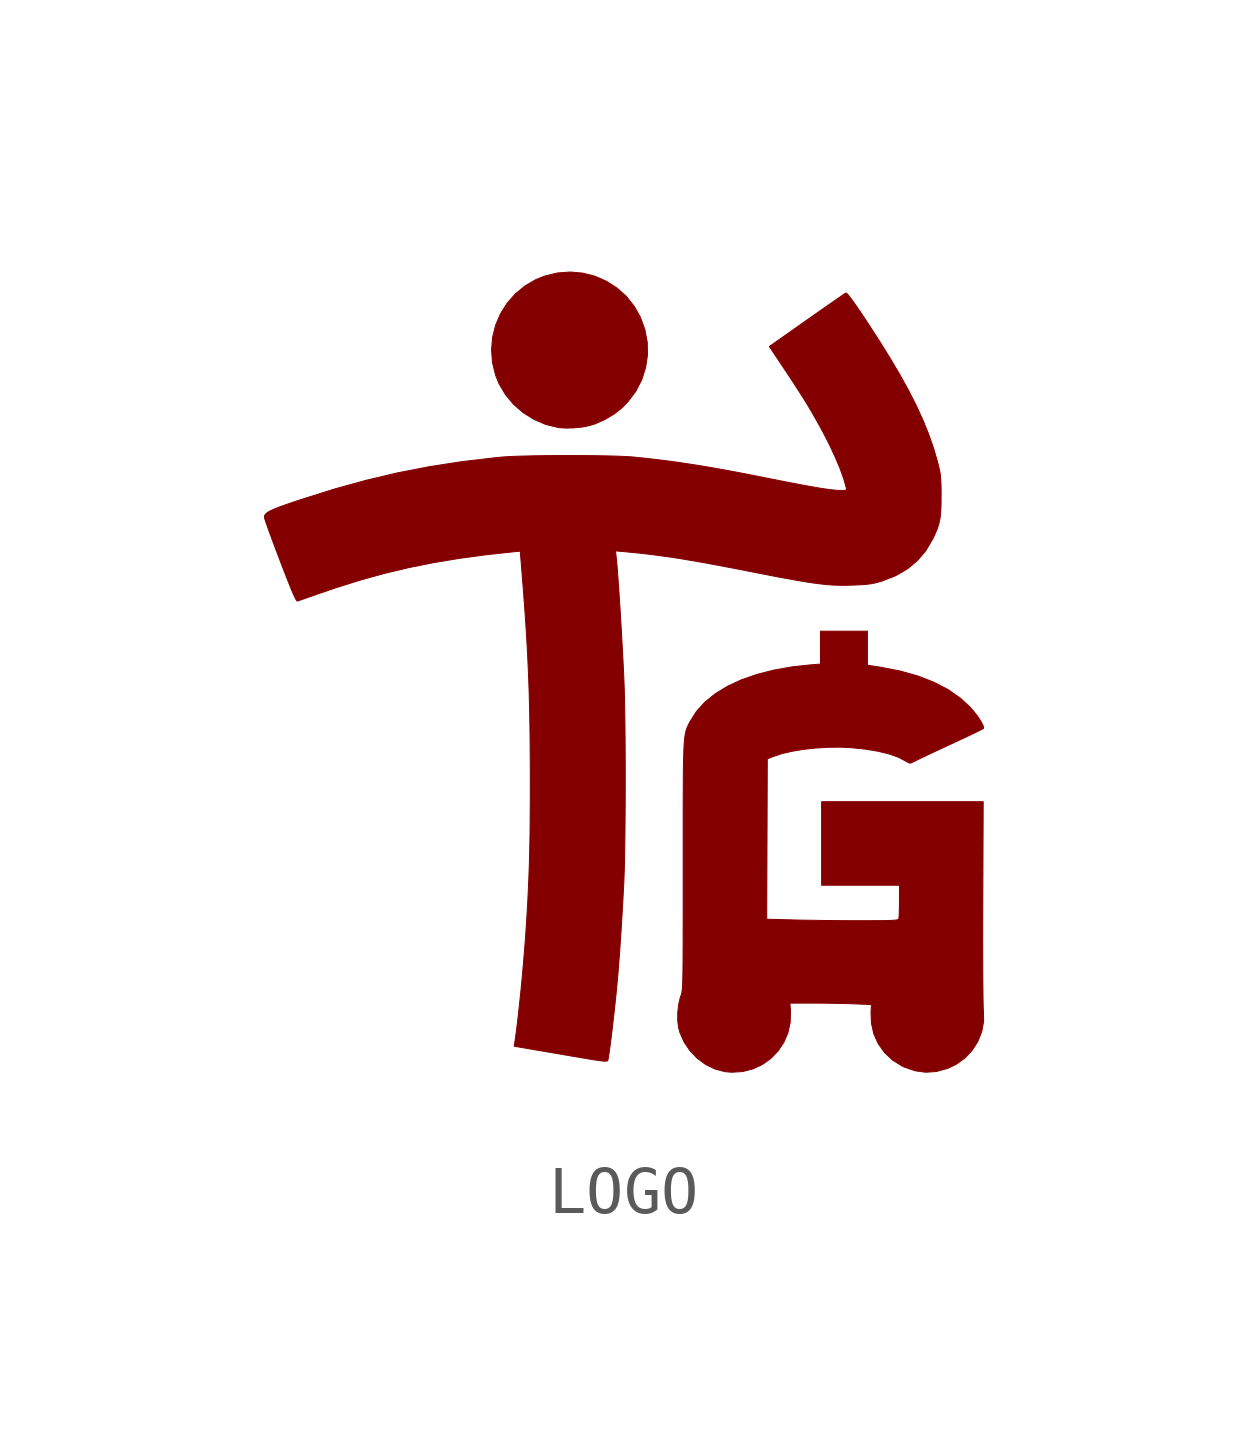
<source format=kicad_sym>
(kicad_symbol_lib
  (version 20220914)
  (generator bitmap2component)
  (symbol "LOGO"
    (pin_names
      (offset 1.016))
    (property "Reference" "#G"
      (at 0 9.024 0)
      (effects (font (size 1.27 1.27)) hide))
    (symbol "LOGO_0_0"
      (polyline (pts (xy 0.903 -7.843) (xy 1.119 -7.788) (xy 1.316 -7.696) (xy 1.492 -7.571) (xy 1.642 -7.416) (xy 1.763 -7.236) (xy 1.849 -7.035) (xy 1.897 -6.815) (xy 1.902 -6.582) (xy 1.891 -6.416) (xy 2.37 -6.416) (xy 2.502 -6.416) (xy 2.695 -6.418) (xy 2.889 -6.422) (xy 3.07 -6.426) (xy 3.22 -6.431) (xy 3.59 -6.446) (xy 3.581 -6.618) (xy 3.59 -6.837) (xy 3.641 -7.061) (xy 3.734 -7.266) (xy 3.865 -7.449) (xy 4.031 -7.605) (xy 4.23 -7.728) (xy 4.271 -7.747) (xy 4.497 -7.826) (xy 4.722 -7.857) (xy 4.948 -7.841) (xy 5.178 -7.777) (xy 5.356 -7.692) (xy 5.538 -7.561) (xy 5.689 -7.401) (xy 5.807 -7.216) (xy 5.888 -7.013) (xy 5.928 -6.798) (xy 5.924 -6.576) (xy 5.921 -6.541) (xy 5.919 -6.457) (xy 5.916 -6.332) (xy 5.914 -6.169) (xy 5.912 -5.973) (xy 5.911 -5.748) (xy 5.91 -5.497) (xy 5.909 -5.224) (xy 5.909 -4.933) (xy 5.91 -4.627) (xy 5.911 -4.311) (xy 5.919 -2.218) (xy 4.235 -2.218) (xy 2.552 -2.218) (xy 2.552 -3.088) (xy 2.552 -3.959) (xy 3.363 -3.959) (xy 4.174 -3.959) (xy 4.174 -4.291) (xy 4.174 -4.327) (xy 4.172 -4.447) (xy 4.169 -4.549) (xy 4.165 -4.624) (xy 4.159 -4.661) (xy 4.154 -4.668) (xy 4.138 -4.677) (xy 4.107 -4.684) (xy 4.057 -4.689) (xy 3.983 -4.693) (xy 3.881 -4.696) (xy 3.744 -4.697) (xy 3.57 -4.698) (xy 3.352 -4.698) (xy 3.324 -4.698) (xy 3.095 -4.698) (xy 2.852 -4.696) (xy 2.607 -4.694) (xy 2.372 -4.69) (xy 2.16 -4.687) (xy 1.983 -4.683) (xy 1.407 -4.667) (xy 1.413 -2.997) (xy 1.419 -1.327) (xy 1.554 -1.272) (xy 1.722 -1.217) (xy 1.934 -1.167) (xy 2.172 -1.128) (xy 2.428 -1.1) (xy 2.689 -1.084) (xy 2.946 -1.081) (xy 3.189 -1.094) (xy 3.45 -1.121) (xy 3.726 -1.166) (xy 3.962 -1.224) (xy 4.156 -1.293) (xy 4.306 -1.373) (xy 4.311 -1.377) (xy 4.38 -1.413) (xy 4.421 -1.41) (xy 4.436 -1.401) (xy 4.491 -1.374) (xy 4.58 -1.33) (xy 4.698 -1.274) (xy 4.84 -1.206) (xy 5.001 -1.131) (xy 5.175 -1.05) (xy 5.3 -0.992) (xy 5.465 -0.915) (xy 5.612 -0.846) (xy 5.737 -0.786) (xy 5.833 -0.739) (xy 5.897 -0.707) (xy 5.923 -0.693) (xy 5.928 -0.67) (xy 5.91 -0.615) (xy 5.868 -0.537) (xy 5.807 -0.445) (xy 5.73 -0.345) (xy 5.644 -0.246) (xy 5.443 -0.06) (xy 5.187 0.119) (xy 4.89 0.273) (xy 4.556 0.403) (xy 4.183 0.507) (xy 3.774 0.586) (xy 3.506 0.627) (xy 3.506 0.981) (xy 3.506 1.336) (xy 3.017 1.336) (xy 2.528 1.336) (xy 2.528 0.993) (xy 2.528 0.65) (xy 2.319 0.634) (xy 1.946 0.594) (xy 1.559 0.526) (xy 1.203 0.435) (xy 0.878 0.322) (xy 0.588 0.187) (xy 0.334 0.032) (xy 0.118 -0.143) (xy -0.057 -0.336) (xy -0.19 -0.547) (xy -0.197 -0.56) (xy -0.218 -0.602) (xy -0.237 -0.641) (xy -0.254 -0.679) (xy -0.269 -0.72) (xy -0.281 -0.766) (xy -0.292 -0.821) (xy -0.302 -0.886) (xy -0.31 -0.965) (xy -0.316 -1.061) (xy -0.321 -1.177) (xy -0.325 -1.314) (xy -0.329 -1.477) (xy -0.331 -1.668) (xy -0.332 -1.889) (xy -0.333 -2.144) (xy -0.334 -2.436) (xy -0.334 -2.767) (xy -0.334 -3.139) (xy -0.334 -3.557) (xy -0.334 -3.94) (xy -0.334 -4.304) (xy -0.334 -4.627) (xy -0.335 -4.909) (xy -0.335 -5.155) (xy -0.336 -5.367) (xy -0.337 -5.548) (xy -0.338 -5.7) (xy -0.34 -5.827) (xy -0.343 -5.93) (xy -0.345 -6.014) (xy -0.349 -6.081) (xy -0.353 -6.133) (xy -0.358 -6.173) (xy -0.363 -6.204) (xy -0.369 -6.229) (xy -0.376 -6.251) (xy -0.384 -6.272) (xy -0.396 -6.306) (xy -0.429 -6.45) (xy -0.447 -6.613) (xy -0.448 -6.777) (xy -0.431 -6.922) (xy -0.403 -7.027) (xy -0.316 -7.226) (xy -0.193 -7.408) (xy -0.04 -7.567) (xy 0.137 -7.697) (xy 0.331 -7.791) (xy 0.537 -7.845) (xy 0.675 -7.857) (xy 0.903 -7.843)) (stroke (width 0.01) (type default)) (fill (type outline)))
      (polyline (pts (xy -1.937 -7.626) (xy -1.915 -7.62) (xy -1.905 -7.609) (xy -1.902 -7.598) (xy -1.891 -7.54) (xy -1.877 -7.445) (xy -1.859 -7.318) (xy -1.839 -7.165) (xy -1.818 -6.993) (xy -1.797 -6.808) (xy -1.775 -6.617) (xy -1.754 -6.426) (xy -1.735 -6.242) (xy -1.718 -6.07) (xy -1.689 -5.746) (xy -1.657 -5.327) (xy -1.626 -4.871) (xy -1.597 -4.386) (xy -1.57 -3.876) (xy -1.569 -3.835) (xy -1.562 -3.649) (xy -1.556 -3.423) (xy -1.551 -3.164) (xy -1.548 -2.877) (xy -1.545 -2.569) (xy -1.543 -2.245) (xy -1.542 -1.913) (xy -1.542 -1.577) (xy -1.543 -1.245) (xy -1.545 -0.922) (xy -1.548 -0.615) (xy -1.552 -0.33) (xy -1.557 -0.072) (xy -1.563 0.151) (xy -1.57 0.334) (xy -1.576 0.466) (xy -1.589 0.733) (xy -1.604 1.006) (xy -1.619 1.282) (xy -1.635 1.554) (xy -1.651 1.817) (xy -1.667 2.065) (xy -1.682 2.293) (xy -1.697 2.496) (xy -1.71 2.667) (xy -1.722 2.802) (xy -1.732 2.894) (xy -1.746 3.01) (xy -1.571 2.994) (xy -1.516 2.989) (xy -1.291 2.967) (xy -1.074 2.943) (xy -0.86 2.916) (xy -0.642 2.886) (xy -0.415 2.852) (xy -0.171 2.811) (xy 0.094 2.765) (xy 0.388 2.71) (xy 0.717 2.648) (xy 1.085 2.576) (xy 1.314 2.531) (xy 1.601 2.475) (xy 1.851 2.429) (xy 2.067 2.39) (xy 2.254 2.359) (xy 2.418 2.335) (xy 2.564 2.317) (xy 2.696 2.304) (xy 2.818 2.296) (xy 2.937 2.293) (xy 3.057 2.293) (xy 3.183 2.296) (xy 3.245 2.298) (xy 3.39 2.305) (xy 3.503 2.314) (xy 3.597 2.327) (xy 3.686 2.346) (xy 3.779 2.372) (xy 3.816 2.383) (xy 4.095 2.492) (xy 4.338 2.633) (xy 4.547 2.807) (xy 4.723 3.014) (xy 4.866 3.256) (xy 4.908 3.343) (xy 4.959 3.462) (xy 4.995 3.575) (xy 5.02 3.691) (xy 5.034 3.822) (xy 5.041 3.98) (xy 5.042 4.174) (xy 5.042 4.252) (xy 5.04 4.391) (xy 5.035 4.499) (xy 5.027 4.589) (xy 5.014 4.672) (xy 4.994 4.76) (xy 4.968 4.865) (xy 4.96 4.894) (xy 4.878 5.17) (xy 4.78 5.449) (xy 4.664 5.735) (xy 4.528 6.032) (xy 4.37 6.343) (xy 4.188 6.673) (xy 3.979 7.026) (xy 3.742 7.407) (xy 3.475 7.818) (xy 3.377 7.965) (xy 3.269 8.123) (xy 3.184 8.243) (xy 3.122 8.325) (xy 3.08 8.372) (xy 3.058 8.384) (xy 3.054 8.382) (xy 3.015 8.357) (xy 2.944 8.309) (xy 2.844 8.24) (xy 2.72 8.154) (xy 2.575 8.053) (xy 2.415 7.941) (xy 2.243 7.82) (xy 1.462 7.27) (xy 1.799 6.765) (xy 1.937 6.557) (xy 2.096 6.311) (xy 2.236 6.089) (xy 2.36 5.88) (xy 2.475 5.678) (xy 2.586 5.474) (xy 2.696 5.259) (xy 2.732 5.186) (xy 2.844 4.944) (xy 2.939 4.717) (xy 3.013 4.511) (xy 3.062 4.335) (xy 3.069 4.299) (xy 3.061 4.278) (xy 3.026 4.27) (xy 2.955 4.269) (xy 2.91 4.27) (xy 2.824 4.276) (xy 2.718 4.288) (xy 2.587 4.306) (xy 2.429 4.332) (xy 2.239 4.366) (xy 2.014 4.408) (xy 1.75 4.459) (xy 1.443 4.52) (xy 1.437 4.521) (xy 1.036 4.601) (xy 0.674 4.67) (xy 0.344 4.73) (xy 0.038 4.782) (xy -0.25 4.827) (xy -0.527 4.868) (xy -0.802 4.903) (xy -1.081 4.936) (xy -1.371 4.966) (xy -1.421 4.97) (xy -1.559 4.978) (xy -1.734 4.985) (xy -1.939 4.99) (xy -2.167 4.994) (xy -2.412 4.996) (xy -2.666 4.997) (xy -2.923 4.997) (xy -3.174 4.995) (xy -3.414 4.992) (xy -3.635 4.987) (xy -3.83 4.981) (xy -3.992 4.974) (xy -4.114 4.965) (xy -4.254 4.951) (xy -4.955 4.869) (xy -5.631 4.764) (xy -6.293 4.635) (xy -6.952 4.479) (xy -7.621 4.294) (xy -8.311 4.076) (xy -8.407 4.044) (xy -8.597 3.979) (xy -8.746 3.926) (xy -8.861 3.881) (xy -8.945 3.842) (xy -9.003 3.808) (xy -9.039 3.776) (xy -9.058 3.745) (xy -9.063 3.712) (xy -9.063 3.709) (xy -9.052 3.67) (xy -9.026 3.592) (xy -8.987 3.481) (xy -8.936 3.342) (xy -8.877 3.18) (xy -8.809 3) (xy -8.736 2.808) (xy -8.724 2.776) (xy -8.639 2.555) (xy -8.568 2.375) (xy -8.511 2.232) (xy -8.466 2.124) (xy -8.431 2.047) (xy -8.404 1.996) (xy -8.385 1.97) (xy -8.372 1.964) (xy -8.351 1.971) (xy -8.29 1.993) (xy -8.197 2.025) (xy -8.083 2.065) (xy -7.954 2.111) (xy -7.572 2.241) (xy -7.062 2.401) (xy -6.56 2.54) (xy -6.057 2.66) (xy -5.543 2.763) (xy -5.011 2.852) (xy -4.449 2.928) (xy -3.85 2.993) (xy -3.73 3.004) (xy -3.688 2.486) (xy -3.665 2.196) (xy -3.631 1.735) (xy -3.602 1.299) (xy -3.578 0.88) (xy -3.559 0.469) (xy -3.544 0.055) (xy -3.533 -0.37) (xy -3.526 -0.814) (xy -3.522 -1.288) (xy -3.52 -1.801) (xy -3.521 -2.173) (xy -3.523 -2.54) (xy -3.526 -2.875) (xy -3.532 -3.185) (xy -3.539 -3.478) (xy -3.549 -3.762) (xy -3.561 -4.044) (xy -3.575 -4.333) (xy -3.593 -4.636) (xy -3.614 -4.961) (xy -3.618 -5.015) (xy -3.636 -5.259) (xy -3.658 -5.524) (xy -3.682 -5.801) (xy -3.708 -6.079) (xy -3.736 -6.349) (xy -3.763 -6.601) (xy -3.788 -6.825) (xy -3.812 -7.011) (xy -3.854 -7.316) (xy -3.412 -7.391) (xy -3.253 -7.418) (xy -3.056 -7.452) (xy -2.844 -7.488) (xy -2.635 -7.524) (xy -2.445 -7.556) (xy -2.432 -7.558) (xy -2.263 -7.587) (xy -2.134 -7.607) (xy -2.041 -7.62) (xy -1.977 -7.626) (xy -1.937 -7.626)) (stroke (width 0.01) (type default)) (fill (type outline)))
      (polyline (pts (xy -2.606 5.574) (xy -2.44 5.591) (xy -2.294 5.619) (xy -2.165 5.659) (xy -1.966 5.748) (xy -1.775 5.862) (xy -1.61 5.991) (xy -1.482 6.123) (xy -1.319 6.341) (xy -1.197 6.579) (xy -1.117 6.832) (xy -1.078 7.093) (xy -1.083 7.359) (xy -1.133 7.624) (xy -1.227 7.882) (xy -1.354 8.107) (xy -1.52 8.315) (xy -1.715 8.489) (xy -1.934 8.63) (xy -2.172 8.734) (xy -2.425 8.799) (xy -2.686 8.822) (xy -2.952 8.803) (xy -3.217 8.739) (xy -3.403 8.665) (xy -3.633 8.531) (xy -3.835 8.364) (xy -4.005 8.17) (xy -4.141 7.952) (xy -4.243 7.715) (xy -4.306 7.464) (xy -4.328 7.203) (xy -4.309 6.938) (xy -4.244 6.672) (xy -4.175 6.5) (xy -4.041 6.272) (xy -3.872 6.068) (xy -3.672 5.893) (xy -3.446 5.751) (xy -3.199 5.645) (xy -2.937 5.581) (xy -2.914 5.578) (xy -2.771 5.569) (xy -2.606 5.574)) (stroke (width 0.01) (type default)) (fill (type outline))))))
</source>
